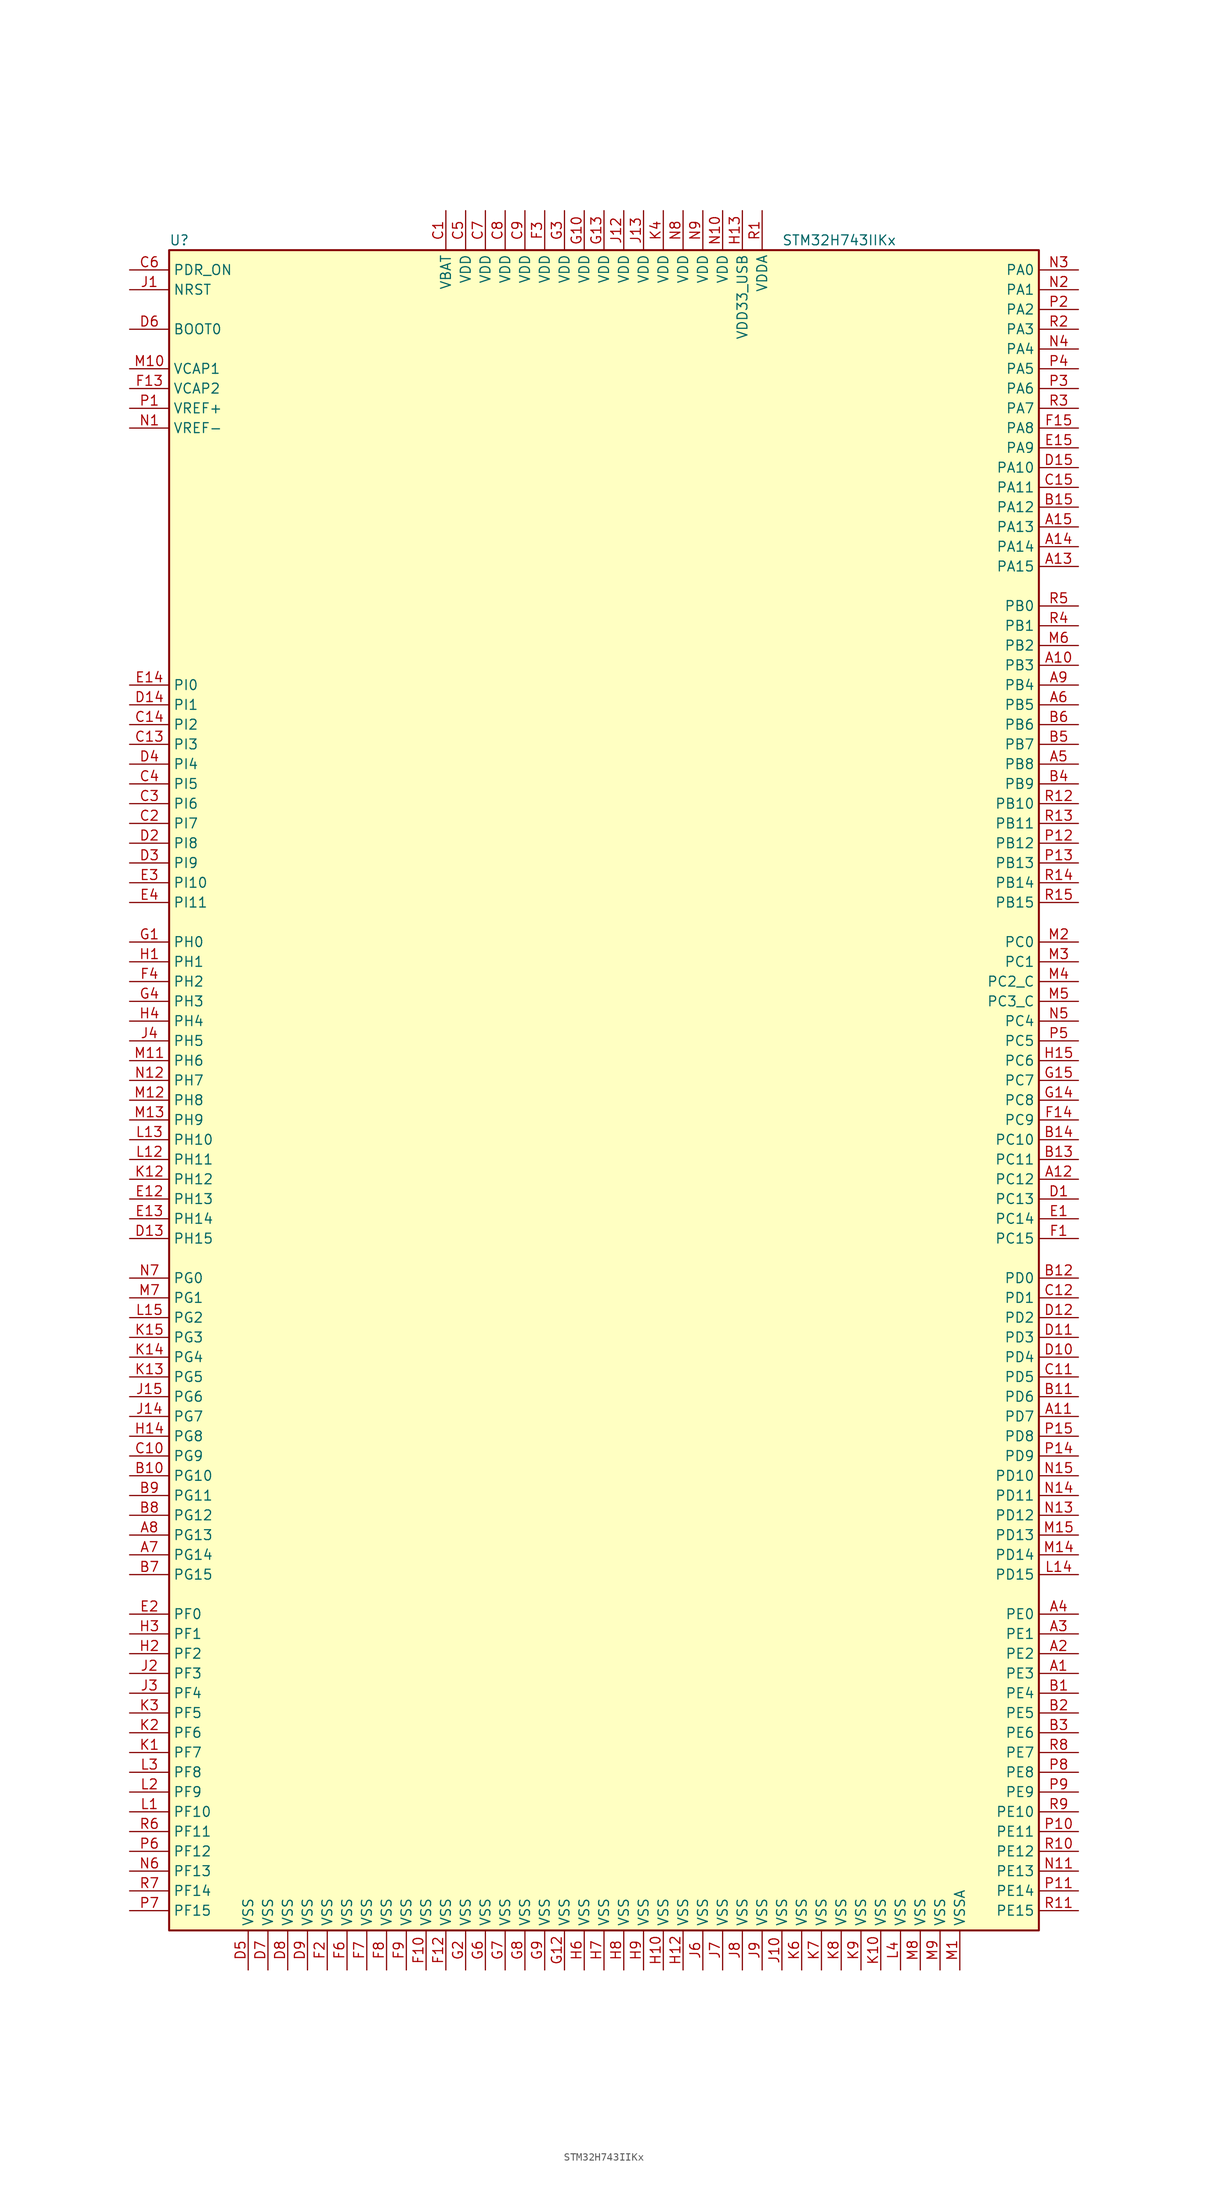
<source format=kicad_sym>
(kicad_symbol_lib
  (version 20211014)
  (generator kicad_symbol_editor)
  (symbol "STM32H743IIKx"
    (property "Reference" "U"
      (at -55.88 107.95 0)
      (effects (font (size 1.27 1.27)) (justify left)))
    (property "Value" "STM32H743IIKx"
      (at 22.86 107.95 0)
      (effects (font (size 1.27 1.27)) (justify left)))
    (symbol "STM32H743IIKx_0_1"
      (rectangle (start -55.88 -109.22) (end 55.88 106.68) (stroke (width 0.254) (type default) (color 0 0 0 0)) (fill (type background))))
    (symbol "STM32H743IIKx_1_1"
      (pin bidirectional line (at 60.96 -76.2 180) (length 5.08) (name "PE3" (effects (font (size 1.27 1.27)))) (number "A1" (effects (font (size 1.27 1.27)))))
      (pin bidirectional line (at 60.96 53.34 180) (length 5.08) (name "PB3" (effects (font (size 1.27 1.27)))) (number "A10" (effects (font (size 1.27 1.27)))))
      (pin bidirectional line (at 60.96 -43.18 180) (length 5.08) (name "PD7" (effects (font (size 1.27 1.27)))) (number "A11" (effects (font (size 1.27 1.27)))))
      (pin bidirectional line (at 60.96 -12.7 180) (length 5.08) (name "PC12" (effects (font (size 1.27 1.27)))) (number "A12" (effects (font (size 1.27 1.27)))))
      (pin bidirectional line (at 60.96 66.04 180) (length 5.08) (name "PA15" (effects (font (size 1.27 1.27)))) (number "A13" (effects (font (size 1.27 1.27)))))
      (pin bidirectional line (at 60.96 68.58 180) (length 5.08) (name "PA14" (effects (font (size 1.27 1.27)))) (number "A14" (effects (font (size 1.27 1.27)))))
      (pin bidirectional line (at 60.96 71.12 180) (length 5.08) (name "PA13" (effects (font (size 1.27 1.27)))) (number "A15" (effects (font (size 1.27 1.27)))))
      (pin bidirectional line (at 60.96 -73.66 180) (length 5.08) (name "PE2" (effects (font (size 1.27 1.27)))) (number "A2" (effects (font (size 1.27 1.27)))))
      (pin bidirectional line (at 60.96 -71.12 180) (length 5.08) (name "PE1" (effects (font (size 1.27 1.27)))) (number "A3" (effects (font (size 1.27 1.27)))))
      (pin bidirectional line (at 60.96 -68.58 180) (length 5.08) (name "PE0" (effects (font (size 1.27 1.27)))) (number "A4" (effects (font (size 1.27 1.27)))))
      (pin bidirectional line (at 60.96 40.64 180) (length 5.08) (name "PB8" (effects (font (size 1.27 1.27)))) (number "A5" (effects (font (size 1.27 1.27)))))
      (pin bidirectional line (at 60.96 48.26 180) (length 5.08) (name "PB5" (effects (font (size 1.27 1.27)))) (number "A6" (effects (font (size 1.27 1.27)))))
      (pin bidirectional line (at -60.96 -60.96 0) (length 5.08) (name "PG14" (effects (font (size 1.27 1.27)))) (number "A7" (effects (font (size 1.27 1.27)))))
      (pin bidirectional line (at -60.96 -58.42 0) (length 5.08) (name "PG13" (effects (font (size 1.27 1.27)))) (number "A8" (effects (font (size 1.27 1.27)))))
      (pin bidirectional line (at 60.96 50.8 180) (length 5.08) (name "PB4" (effects (font (size 1.27 1.27)))) (number "A9" (effects (font (size 1.27 1.27)))))
      (pin bidirectional line (at 60.96 -78.74 180) (length 5.08) (name "PE4" (effects (font (size 1.27 1.27)))) (number "B1" (effects (font (size 1.27 1.27)))))
      (pin bidirectional line (at -60.96 -50.8 0) (length 5.08) (name "PG10" (effects (font (size 1.27 1.27)))) (number "B10" (effects (font (size 1.27 1.27)))))
      (pin bidirectional line (at 60.96 -40.64 180) (length 5.08) (name "PD6" (effects (font (size 1.27 1.27)))) (number "B11" (effects (font (size 1.27 1.27)))))
      (pin bidirectional line (at 60.96 -25.4 180) (length 5.08) (name "PD0" (effects (font (size 1.27 1.27)))) (number "B12" (effects (font (size 1.27 1.27)))))
      (pin bidirectional line (at 60.96 -10.16 180) (length 5.08) (name "PC11" (effects (font (size 1.27 1.27)))) (number "B13" (effects (font (size 1.27 1.27)))))
      (pin bidirectional line (at 60.96 -7.62 180) (length 5.08) (name "PC10" (effects (font (size 1.27 1.27)))) (number "B14" (effects (font (size 1.27 1.27)))))
      (pin bidirectional line (at 60.96 73.66 180) (length 5.08) (name "PA12" (effects (font (size 1.27 1.27)))) (number "B15" (effects (font (size 1.27 1.27)))))
      (pin bidirectional line (at 60.96 -81.28 180) (length 5.08) (name "PE5" (effects (font (size 1.27 1.27)))) (number "B2" (effects (font (size 1.27 1.27)))))
      (pin bidirectional line (at 60.96 -83.82 180) (length 5.08) (name "PE6" (effects (font (size 1.27 1.27)))) (number "B3" (effects (font (size 1.27 1.27)))))
      (pin bidirectional line (at 60.96 38.1 180) (length 5.08) (name "PB9" (effects (font (size 1.27 1.27)))) (number "B4" (effects (font (size 1.27 1.27)))))
      (pin bidirectional line (at 60.96 43.18 180) (length 5.08) (name "PB7" (effects (font (size 1.27 1.27)))) (number "B5" (effects (font (size 1.27 1.27)))))
      (pin bidirectional line (at 60.96 45.72 180) (length 5.08) (name "PB6" (effects (font (size 1.27 1.27)))) (number "B6" (effects (font (size 1.27 1.27)))))
      (pin bidirectional line (at -60.96 -63.5 0) (length 5.08) (name "PG15" (effects (font (size 1.27 1.27)))) (number "B7" (effects (font (size 1.27 1.27)))))
      (pin bidirectional line (at -60.96 -55.88 0) (length 5.08) (name "PG12" (effects (font (size 1.27 1.27)))) (number "B8" (effects (font (size 1.27 1.27)))))
      (pin bidirectional line (at -60.96 -53.34 0) (length 5.08) (name "PG11" (effects (font (size 1.27 1.27)))) (number "B9" (effects (font (size 1.27 1.27)))))
      (pin power_in line (at -20.32 111.76 270) (length 5.08) (name "VBAT" (effects (font (size 1.27 1.27)))) (number "C1" (effects (font (size 1.27 1.27)))))
      (pin bidirectional line (at -60.96 -48.26 0) (length 5.08) (name "PG9" (effects (font (size 1.27 1.27)))) (number "C10" (effects (font (size 1.27 1.27)))))
      (pin bidirectional line (at 60.96 -38.1 180) (length 5.08) (name "PD5" (effects (font (size 1.27 1.27)))) (number "C11" (effects (font (size 1.27 1.27)))))
      (pin bidirectional line (at 60.96 -27.94 180) (length 5.08) (name "PD1" (effects (font (size 1.27 1.27)))) (number "C12" (effects (font (size 1.27 1.27)))))
      (pin bidirectional line (at -60.96 43.18 0) (length 5.08) (name "PI3" (effects (font (size 1.27 1.27)))) (number "C13" (effects (font (size 1.27 1.27)))))
      (pin bidirectional line (at -60.96 45.72 0) (length 5.08) (name "PI2" (effects (font (size 1.27 1.27)))) (number "C14" (effects (font (size 1.27 1.27)))))
      (pin bidirectional line (at 60.96 76.2 180) (length 5.08) (name "PA11" (effects (font (size 1.27 1.27)))) (number "C15" (effects (font (size 1.27 1.27)))))
      (pin bidirectional line (at -60.96 33.02 0) (length 5.08) (name "PI7" (effects (font (size 1.27 1.27)))) (number "C2" (effects (font (size 1.27 1.27)))))
      (pin bidirectional line (at -60.96 35.56 0) (length 5.08) (name "PI6" (effects (font (size 1.27 1.27)))) (number "C3" (effects (font (size 1.27 1.27)))))
      (pin bidirectional line (at -60.96 38.1 0) (length 5.08) (name "PI5" (effects (font (size 1.27 1.27)))) (number "C4" (effects (font (size 1.27 1.27)))))
      (pin power_in line (at -17.78 111.76 270) (length 5.08) (name "VDD" (effects (font (size 1.27 1.27)))) (number "C5" (effects (font (size 1.27 1.27)))))
      (pin input line (at -60.96 104.14 0) (length 5.08) (name "PDR_ON" (effects (font (size 1.27 1.27)))) (number "C6" (effects (font (size 1.27 1.27)))))
      (pin power_in line (at -15.24 111.76 270) (length 5.08) (name "VDD" (effects (font (size 1.27 1.27)))) (number "C7" (effects (font (size 1.27 1.27)))))
      (pin power_in line (at -12.7 111.76 270) (length 5.08) (name "VDD" (effects (font (size 1.27 1.27)))) (number "C8" (effects (font (size 1.27 1.27)))))
      (pin power_in line (at -10.16 111.76 270) (length 5.08) (name "VDD" (effects (font (size 1.27 1.27)))) (number "C9" (effects (font (size 1.27 1.27)))))
      (pin bidirectional line (at 60.96 -15.24 180) (length 5.08) (name "PC13" (effects (font (size 1.27 1.27)))) (number "D1" (effects (font (size 1.27 1.27)))))
      (pin bidirectional line (at 60.96 -35.56 180) (length 5.08) (name "PD4" (effects (font (size 1.27 1.27)))) (number "D10" (effects (font (size 1.27 1.27)))))
      (pin bidirectional line (at 60.96 -33.02 180) (length 5.08) (name "PD3" (effects (font (size 1.27 1.27)))) (number "D11" (effects (font (size 1.27 1.27)))))
      (pin bidirectional line (at 60.96 -30.48 180) (length 5.08) (name "PD2" (effects (font (size 1.27 1.27)))) (number "D12" (effects (font (size 1.27 1.27)))))
      (pin bidirectional line (at -60.96 -20.32 0) (length 5.08) (name "PH15" (effects (font (size 1.27 1.27)))) (number "D13" (effects (font (size 1.27 1.27)))))
      (pin bidirectional line (at -60.96 48.26 0) (length 5.08) (name "PI1" (effects (font (size 1.27 1.27)))) (number "D14" (effects (font (size 1.27 1.27)))))
      (pin bidirectional line (at 60.96 78.74 180) (length 5.08) (name "PA10" (effects (font (size 1.27 1.27)))) (number "D15" (effects (font (size 1.27 1.27)))))
      (pin bidirectional line (at -60.96 30.48 0) (length 5.08) (name "PI8" (effects (font (size 1.27 1.27)))) (number "D2" (effects (font (size 1.27 1.27)))))
      (pin bidirectional line (at -60.96 27.94 0) (length 5.08) (name "PI9" (effects (font (size 1.27 1.27)))) (number "D3" (effects (font (size 1.27 1.27)))))
      (pin bidirectional line (at -60.96 40.64 0) (length 5.08) (name "PI4" (effects (font (size 1.27 1.27)))) (number "D4" (effects (font (size 1.27 1.27)))))
      (pin power_in line (at -45.72 -114.3 90) (length 5.08) (name "VSS" (effects (font (size 1.27 1.27)))) (number "D5" (effects (font (size 1.27 1.27)))))
      (pin input line (at -60.96 96.52 0) (length 5.08) (name "BOOT0" (effects (font (size 1.27 1.27)))) (number "D6" (effects (font (size 1.27 1.27)))))
      (pin power_in line (at -43.18 -114.3 90) (length 5.08) (name "VSS" (effects (font (size 1.27 1.27)))) (number "D7" (effects (font (size 1.27 1.27)))))
      (pin power_in line (at -40.64 -114.3 90) (length 5.08) (name "VSS" (effects (font (size 1.27 1.27)))) (number "D8" (effects (font (size 1.27 1.27)))))
      (pin power_in line (at -38.1 -114.3 90) (length 5.08) (name "VSS" (effects (font (size 1.27 1.27)))) (number "D9" (effects (font (size 1.27 1.27)))))
      (pin bidirectional line (at 60.96 -17.78 180) (length 5.08) (name "PC14" (effects (font (size 1.27 1.27)))) (number "E1" (effects (font (size 1.27 1.27)))))
      (pin bidirectional line (at -60.96 -15.24 0) (length 5.08) (name "PH13" (effects (font (size 1.27 1.27)))) (number "E12" (effects (font (size 1.27 1.27)))))
      (pin bidirectional line (at -60.96 -17.78 0) (length 5.08) (name "PH14" (effects (font (size 1.27 1.27)))) (number "E13" (effects (font (size 1.27 1.27)))))
      (pin bidirectional line (at -60.96 50.8 0) (length 5.08) (name "PI0" (effects (font (size 1.27 1.27)))) (number "E14" (effects (font (size 1.27 1.27)))))
      (pin bidirectional line (at 60.96 81.28 180) (length 5.08) (name "PA9" (effects (font (size 1.27 1.27)))) (number "E15" (effects (font (size 1.27 1.27)))))
      (pin bidirectional line (at -60.96 -68.58 0) (length 5.08) (name "PF0" (effects (font (size 1.27 1.27)))) (number "E2" (effects (font (size 1.27 1.27)))))
      (pin bidirectional line (at -60.96 25.4 0) (length 5.08) (name "PI10" (effects (font (size 1.27 1.27)))) (number "E3" (effects (font (size 1.27 1.27)))))
      (pin bidirectional line (at -60.96 22.86 0) (length 5.08) (name "PI11" (effects (font (size 1.27 1.27)))) (number "E4" (effects (font (size 1.27 1.27)))))
      (pin bidirectional line (at 60.96 -20.32 180) (length 5.08) (name "PC15" (effects (font (size 1.27 1.27)))) (number "F1" (effects (font (size 1.27 1.27)))))
      (pin power_in line (at -22.86 -114.3 90) (length 5.08) (name "VSS" (effects (font (size 1.27 1.27)))) (number "F10" (effects (font (size 1.27 1.27)))))
      (pin power_in line (at -20.32 -114.3 90) (length 5.08) (name "VSS" (effects (font (size 1.27 1.27)))) (number "F12" (effects (font (size 1.27 1.27)))))
      (pin power_in line (at -60.96 88.9 0) (length 5.08) (name "VCAP2" (effects (font (size 1.27 1.27)))) (number "F13" (effects (font (size 1.27 1.27)))))
      (pin bidirectional line (at 60.96 -5.08 180) (length 5.08) (name "PC9" (effects (font (size 1.27 1.27)))) (number "F14" (effects (font (size 1.27 1.27)))))
      (pin bidirectional line (at 60.96 83.82 180) (length 5.08) (name "PA8" (effects (font (size 1.27 1.27)))) (number "F15" (effects (font (size 1.27 1.27)))))
      (pin power_in line (at -35.56 -114.3 90) (length 5.08) (name "VSS" (effects (font (size 1.27 1.27)))) (number "F2" (effects (font (size 1.27 1.27)))))
      (pin power_in line (at -7.62 111.76 270) (length 5.08) (name "VDD" (effects (font (size 1.27 1.27)))) (number "F3" (effects (font (size 1.27 1.27)))))
      (pin bidirectional line (at -60.96 12.7 0) (length 5.08) (name "PH2" (effects (font (size 1.27 1.27)))) (number "F4" (effects (font (size 1.27 1.27)))))
      (pin power_in line (at -33.02 -114.3 90) (length 5.08) (name "VSS" (effects (font (size 1.27 1.27)))) (number "F6" (effects (font (size 1.27 1.27)))))
      (pin power_in line (at -30.48 -114.3 90) (length 5.08) (name "VSS" (effects (font (size 1.27 1.27)))) (number "F7" (effects (font (size 1.27 1.27)))))
      (pin power_in line (at -27.94 -114.3 90) (length 5.08) (name "VSS" (effects (font (size 1.27 1.27)))) (number "F8" (effects (font (size 1.27 1.27)))))
      (pin power_in line (at -25.4 -114.3 90) (length 5.08) (name "VSS" (effects (font (size 1.27 1.27)))) (number "F9" (effects (font (size 1.27 1.27)))))
      (pin input line (at -60.96 17.78 0) (length 5.08) (name "PH0" (effects (font (size 1.27 1.27)))) (number "G1" (effects (font (size 1.27 1.27)))))
      (pin power_in line (at -2.54 111.76 270) (length 5.08) (name "VDD" (effects (font (size 1.27 1.27)))) (number "G10" (effects (font (size 1.27 1.27)))))
      (pin power_in line (at -5.08 -114.3 90) (length 5.08) (name "VSS" (effects (font (size 1.27 1.27)))) (number "G12" (effects (font (size 1.27 1.27)))))
      (pin power_in line (at 0 111.76 270) (length 5.08) (name "VDD" (effects (font (size 1.27 1.27)))) (number "G13" (effects (font (size 1.27 1.27)))))
      (pin bidirectional line (at 60.96 -2.54 180) (length 5.08) (name "PC8" (effects (font (size 1.27 1.27)))) (number "G14" (effects (font (size 1.27 1.27)))))
      (pin bidirectional line (at 60.96 0 180) (length 5.08) (name "PC7" (effects (font (size 1.27 1.27)))) (number "G15" (effects (font (size 1.27 1.27)))))
      (pin power_in line (at -17.78 -114.3 90) (length 5.08) (name "VSS" (effects (font (size 1.27 1.27)))) (number "G2" (effects (font (size 1.27 1.27)))))
      (pin power_in line (at -5.08 111.76 270) (length 5.08) (name "VDD" (effects (font (size 1.27 1.27)))) (number "G3" (effects (font (size 1.27 1.27)))))
      (pin bidirectional line (at -60.96 10.16 0) (length 5.08) (name "PH3" (effects (font (size 1.27 1.27)))) (number "G4" (effects (font (size 1.27 1.27)))))
      (pin power_in line (at -15.24 -114.3 90) (length 5.08) (name "VSS" (effects (font (size 1.27 1.27)))) (number "G6" (effects (font (size 1.27 1.27)))))
      (pin power_in line (at -12.7 -114.3 90) (length 5.08) (name "VSS" (effects (font (size 1.27 1.27)))) (number "G7" (effects (font (size 1.27 1.27)))))
      (pin power_in line (at -10.16 -114.3 90) (length 5.08) (name "VSS" (effects (font (size 1.27 1.27)))) (number "G8" (effects (font (size 1.27 1.27)))))
      (pin power_in line (at -7.62 -114.3 90) (length 5.08) (name "VSS" (effects (font (size 1.27 1.27)))) (number "G9" (effects (font (size 1.27 1.27)))))
      (pin input line (at -60.96 15.24 0) (length 5.08) (name "PH1" (effects (font (size 1.27 1.27)))) (number "H1" (effects (font (size 1.27 1.27)))))
      (pin power_in line (at 7.62 -114.3 90) (length 5.08) (name "VSS" (effects (font (size 1.27 1.27)))) (number "H10" (effects (font (size 1.27 1.27)))))
      (pin power_in line (at 10.16 -114.3 90) (length 5.08) (name "VSS" (effects (font (size 1.27 1.27)))) (number "H12" (effects (font (size 1.27 1.27)))))
      (pin power_in line (at 17.78 111.76 270) (length 5.08) (name "VDD33_USB" (effects (font (size 1.27 1.27)))) (number "H13" (effects (font (size 1.27 1.27)))))
      (pin bidirectional line (at -60.96 -45.72 0) (length 5.08) (name "PG8" (effects (font (size 1.27 1.27)))) (number "H14" (effects (font (size 1.27 1.27)))))
      (pin bidirectional line (at 60.96 2.54 180) (length 5.08) (name "PC6" (effects (font (size 1.27 1.27)))) (number "H15" (effects (font (size 1.27 1.27)))))
      (pin bidirectional line (at -60.96 -73.66 0) (length 5.08) (name "PF2" (effects (font (size 1.27 1.27)))) (number "H2" (effects (font (size 1.27 1.27)))))
      (pin bidirectional line (at -60.96 -71.12 0) (length 5.08) (name "PF1" (effects (font (size 1.27 1.27)))) (number "H3" (effects (font (size 1.27 1.27)))))
      (pin bidirectional line (at -60.96 7.62 0) (length 5.08) (name "PH4" (effects (font (size 1.27 1.27)))) (number "H4" (effects (font (size 1.27 1.27)))))
      (pin power_in line (at -2.54 -114.3 90) (length 5.08) (name "VSS" (effects (font (size 1.27 1.27)))) (number "H6" (effects (font (size 1.27 1.27)))))
      (pin power_in line (at 0 -114.3 90) (length 5.08) (name "VSS" (effects (font (size 1.27 1.27)))) (number "H7" (effects (font (size 1.27 1.27)))))
      (pin power_in line (at 2.54 -114.3 90) (length 5.08) (name "VSS" (effects (font (size 1.27 1.27)))) (number "H8" (effects (font (size 1.27 1.27)))))
      (pin power_in line (at 5.08 -114.3 90) (length 5.08) (name "VSS" (effects (font (size 1.27 1.27)))) (number "H9" (effects (font (size 1.27 1.27)))))
      (pin input line (at -60.96 101.6 0) (length 5.08) (name "NRST" (effects (font (size 1.27 1.27)))) (number "J1" (effects (font (size 1.27 1.27)))))
      (pin power_in line (at 22.86 -114.3 90) (length 5.08) (name "VSS" (effects (font (size 1.27 1.27)))) (number "J10" (effects (font (size 1.27 1.27)))))
      (pin power_in line (at 2.54 111.76 270) (length 5.08) (name "VDD" (effects (font (size 1.27 1.27)))) (number "J12" (effects (font (size 1.27 1.27)))))
      (pin power_in line (at 5.08 111.76 270) (length 5.08) (name "VDD" (effects (font (size 1.27 1.27)))) (number "J13" (effects (font (size 1.27 1.27)))))
      (pin bidirectional line (at -60.96 -43.18 0) (length 5.08) (name "PG7" (effects (font (size 1.27 1.27)))) (number "J14" (effects (font (size 1.27 1.27)))))
      (pin bidirectional line (at -60.96 -40.64 0) (length 5.08) (name "PG6" (effects (font (size 1.27 1.27)))) (number "J15" (effects (font (size 1.27 1.27)))))
      (pin bidirectional line (at -60.96 -76.2 0) (length 5.08) (name "PF3" (effects (font (size 1.27 1.27)))) (number "J2" (effects (font (size 1.27 1.27)))))
      (pin bidirectional line (at -60.96 -78.74 0) (length 5.08) (name "PF4" (effects (font (size 1.27 1.27)))) (number "J3" (effects (font (size 1.27 1.27)))))
      (pin bidirectional line (at -60.96 5.08 0) (length 5.08) (name "PH5" (effects (font (size 1.27 1.27)))) (number "J4" (effects (font (size 1.27 1.27)))))
      (pin power_in line (at 12.7 -114.3 90) (length 5.08) (name "VSS" (effects (font (size 1.27 1.27)))) (number "J6" (effects (font (size 1.27 1.27)))))
      (pin power_in line (at 15.24 -114.3 90) (length 5.08) (name "VSS" (effects (font (size 1.27 1.27)))) (number "J7" (effects (font (size 1.27 1.27)))))
      (pin power_in line (at 17.78 -114.3 90) (length 5.08) (name "VSS" (effects (font (size 1.27 1.27)))) (number "J8" (effects (font (size 1.27 1.27)))))
      (pin power_in line (at 20.32 -114.3 90) (length 5.08) (name "VSS" (effects (font (size 1.27 1.27)))) (number "J9" (effects (font (size 1.27 1.27)))))
      (pin bidirectional line (at -60.96 -86.36 0) (length 5.08) (name "PF7" (effects (font (size 1.27 1.27)))) (number "K1" (effects (font (size 1.27 1.27)))))
      (pin power_in line (at 35.56 -114.3 90) (length 5.08) (name "VSS" (effects (font (size 1.27 1.27)))) (number "K10" (effects (font (size 1.27 1.27)))))
      (pin bidirectional line (at -60.96 -12.7 0) (length 5.08) (name "PH12" (effects (font (size 1.27 1.27)))) (number "K12" (effects (font (size 1.27 1.27)))))
      (pin bidirectional line (at -60.96 -38.1 0) (length 5.08) (name "PG5" (effects (font (size 1.27 1.27)))) (number "K13" (effects (font (size 1.27 1.27)))))
      (pin bidirectional line (at -60.96 -35.56 0) (length 5.08) (name "PG4" (effects (font (size 1.27 1.27)))) (number "K14" (effects (font (size 1.27 1.27)))))
      (pin bidirectional line (at -60.96 -33.02 0) (length 5.08) (name "PG3" (effects (font (size 1.27 1.27)))) (number "K15" (effects (font (size 1.27 1.27)))))
      (pin bidirectional line (at -60.96 -83.82 0) (length 5.08) (name "PF6" (effects (font (size 1.27 1.27)))) (number "K2" (effects (font (size 1.27 1.27)))))
      (pin bidirectional line (at -60.96 -81.28 0) (length 5.08) (name "PF5" (effects (font (size 1.27 1.27)))) (number "K3" (effects (font (size 1.27 1.27)))))
      (pin power_in line (at 7.62 111.76 270) (length 5.08) (name "VDD" (effects (font (size 1.27 1.27)))) (number "K4" (effects (font (size 1.27 1.27)))))
      (pin power_in line (at 25.4 -114.3 90) (length 5.08) (name "VSS" (effects (font (size 1.27 1.27)))) (number "K6" (effects (font (size 1.27 1.27)))))
      (pin power_in line (at 27.94 -114.3 90) (length 5.08) (name "VSS" (effects (font (size 1.27 1.27)))) (number "K7" (effects (font (size 1.27 1.27)))))
      (pin power_in line (at 30.48 -114.3 90) (length 5.08) (name "VSS" (effects (font (size 1.27 1.27)))) (number "K8" (effects (font (size 1.27 1.27)))))
      (pin power_in line (at 33.02 -114.3 90) (length 5.08) (name "VSS" (effects (font (size 1.27 1.27)))) (number "K9" (effects (font (size 1.27 1.27)))))
      (pin bidirectional line (at -60.96 -93.98 0) (length 5.08) (name "PF10" (effects (font (size 1.27 1.27)))) (number "L1" (effects (font (size 1.27 1.27)))))
      (pin bidirectional line (at -60.96 -10.16 0) (length 5.08) (name "PH11" (effects (font (size 1.27 1.27)))) (number "L12" (effects (font (size 1.27 1.27)))))
      (pin bidirectional line (at -60.96 -7.62 0) (length 5.08) (name "PH10" (effects (font (size 1.27 1.27)))) (number "L13" (effects (font (size 1.27 1.27)))))
      (pin bidirectional line (at 60.96 -63.5 180) (length 5.08) (name "PD15" (effects (font (size 1.27 1.27)))) (number "L14" (effects (font (size 1.27 1.27)))))
      (pin bidirectional line (at -60.96 -30.48 0) (length 5.08) (name "PG2" (effects (font (size 1.27 1.27)))) (number "L15" (effects (font (size 1.27 1.27)))))
      (pin bidirectional line (at -60.96 -91.44 0) (length 5.08) (name "PF9" (effects (font (size 1.27 1.27)))) (number "L2" (effects (font (size 1.27 1.27)))))
      (pin bidirectional line (at -60.96 -88.9 0) (length 5.08) (name "PF8" (effects (font (size 1.27 1.27)))) (number "L3" (effects (font (size 1.27 1.27)))))
      (pin power_in line (at 38.1 -114.3 90) (length 5.08) (name "VSS" (effects (font (size 1.27 1.27)))) (number "L4" (effects (font (size 1.27 1.27)))))
      (pin power_in line (at 45.72 -114.3 90) (length 5.08) (name "VSSA" (effects (font (size 1.27 1.27)))) (number "M1" (effects (font (size 1.27 1.27)))))
      (pin power_in line (at -60.96 91.44 0) (length 5.08) (name "VCAP1" (effects (font (size 1.27 1.27)))) (number "M10" (effects (font (size 1.27 1.27)))))
      (pin bidirectional line (at -60.96 2.54 0) (length 5.08) (name "PH6" (effects (font (size 1.27 1.27)))) (number "M11" (effects (font (size 1.27 1.27)))))
      (pin bidirectional line (at -60.96 -2.54 0) (length 5.08) (name "PH8" (effects (font (size 1.27 1.27)))) (number "M12" (effects (font (size 1.27 1.27)))))
      (pin bidirectional line (at -60.96 -5.08 0) (length 5.08) (name "PH9" (effects (font (size 1.27 1.27)))) (number "M13" (effects (font (size 1.27 1.27)))))
      (pin bidirectional line (at 60.96 -60.96 180) (length 5.08) (name "PD14" (effects (font (size 1.27 1.27)))) (number "M14" (effects (font (size 1.27 1.27)))))
      (pin bidirectional line (at 60.96 -58.42 180) (length 5.08) (name "PD13" (effects (font (size 1.27 1.27)))) (number "M15" (effects (font (size 1.27 1.27)))))
      (pin bidirectional line (at 60.96 17.78 180) (length 5.08) (name "PC0" (effects (font (size 1.27 1.27)))) (number "M2" (effects (font (size 1.27 1.27)))))
      (pin bidirectional line (at 60.96 15.24 180) (length 5.08) (name "PC1" (effects (font (size 1.27 1.27)))) (number "M3" (effects (font (size 1.27 1.27)))))
      (pin bidirectional line (at 60.96 12.7 180) (length 5.08) (name "PC2_C" (effects (font (size 1.27 1.27)))) (number "M4" (effects (font (size 1.27 1.27)))))
      (pin bidirectional line (at 60.96 10.16 180) (length 5.08) (name "PC3_C" (effects (font (size 1.27 1.27)))) (number "M5" (effects (font (size 1.27 1.27)))))
      (pin bidirectional line (at 60.96 55.88 180) (length 5.08) (name "PB2" (effects (font (size 1.27 1.27)))) (number "M6" (effects (font (size 1.27 1.27)))))
      (pin bidirectional line (at -60.96 -27.94 0) (length 5.08) (name "PG1" (effects (font (size 1.27 1.27)))) (number "M7" (effects (font (size 1.27 1.27)))))
      (pin power_in line (at 40.64 -114.3 90) (length 5.08) (name "VSS" (effects (font (size 1.27 1.27)))) (number "M8" (effects (font (size 1.27 1.27)))))
      (pin power_in line (at 43.18 -114.3 90) (length 5.08) (name "VSS" (effects (font (size 1.27 1.27)))) (number "M9" (effects (font (size 1.27 1.27)))))
      (pin power_in line (at -60.96 83.82 0) (length 5.08) (name "VREF-" (effects (font (size 1.27 1.27)))) (number "N1" (effects (font (size 1.27 1.27)))))
      (pin power_in line (at 15.24 111.76 270) (length 5.08) (name "VDD" (effects (font (size 1.27 1.27)))) (number "N10" (effects (font (size 1.27 1.27)))))
      (pin bidirectional line (at 60.96 -101.6 180) (length 5.08) (name "PE13" (effects (font (size 1.27 1.27)))) (number "N11" (effects (font (size 1.27 1.27)))))
      (pin bidirectional line (at -60.96 0 0) (length 5.08) (name "PH7" (effects (font (size 1.27 1.27)))) (number "N12" (effects (font (size 1.27 1.27)))))
      (pin bidirectional line (at 60.96 -55.88 180) (length 5.08) (name "PD12" (effects (font (size 1.27 1.27)))) (number "N13" (effects (font (size 1.27 1.27)))))
      (pin bidirectional line (at 60.96 -53.34 180) (length 5.08) (name "PD11" (effects (font (size 1.27 1.27)))) (number "N14" (effects (font (size 1.27 1.27)))))
      (pin bidirectional line (at 60.96 -50.8 180) (length 5.08) (name "PD10" (effects (font (size 1.27 1.27)))) (number "N15" (effects (font (size 1.27 1.27)))))
      (pin bidirectional line (at 60.96 101.6 180) (length 5.08) (name "PA1" (effects (font (size 1.27 1.27)))) (number "N2" (effects (font (size 1.27 1.27)))))
      (pin bidirectional line (at 60.96 104.14 180) (length 5.08) (name "PA0" (effects (font (size 1.27 1.27)))) (number "N3" (effects (font (size 1.27 1.27)))))
      (pin bidirectional line (at 60.96 93.98 180) (length 5.08) (name "PA4" (effects (font (size 1.27 1.27)))) (number "N4" (effects (font (size 1.27 1.27)))))
      (pin bidirectional line (at 60.96 7.62 180) (length 5.08) (name "PC4" (effects (font (size 1.27 1.27)))) (number "N5" (effects (font (size 1.27 1.27)))))
      (pin bidirectional line (at -60.96 -101.6 0) (length 5.08) (name "PF13" (effects (font (size 1.27 1.27)))) (number "N6" (effects (font (size 1.27 1.27)))))
      (pin bidirectional line (at -60.96 -25.4 0) (length 5.08) (name "PG0" (effects (font (size 1.27 1.27)))) (number "N7" (effects (font (size 1.27 1.27)))))
      (pin power_in line (at 10.16 111.76 270) (length 5.08) (name "VDD" (effects (font (size 1.27 1.27)))) (number "N8" (effects (font (size 1.27 1.27)))))
      (pin power_in line (at 12.7 111.76 270) (length 5.08) (name "VDD" (effects (font (size 1.27 1.27)))) (number "N9" (effects (font (size 1.27 1.27)))))
      (pin bidirectional line (at -60.96 86.36 0) (length 5.08) (name "VREF+" (effects (font (size 1.27 1.27)))) (number "P1" (effects (font (size 1.27 1.27)))))
      (pin bidirectional line (at 60.96 -96.52 180) (length 5.08) (name "PE11" (effects (font (size 1.27 1.27)))) (number "P10" (effects (font (size 1.27 1.27)))))
      (pin bidirectional line (at 60.96 -104.14 180) (length 5.08) (name "PE14" (effects (font (size 1.27 1.27)))) (number "P11" (effects (font (size 1.27 1.27)))))
      (pin bidirectional line (at 60.96 30.48 180) (length 5.08) (name "PB12" (effects (font (size 1.27 1.27)))) (number "P12" (effects (font (size 1.27 1.27)))))
      (pin bidirectional line (at 60.96 27.94 180) (length 5.08) (name "PB13" (effects (font (size 1.27 1.27)))) (number "P13" (effects (font (size 1.27 1.27)))))
      (pin bidirectional line (at 60.96 -48.26 180) (length 5.08) (name "PD9" (effects (font (size 1.27 1.27)))) (number "P14" (effects (font (size 1.27 1.27)))))
      (pin bidirectional line (at 60.96 -45.72 180) (length 5.08) (name "PD8" (effects (font (size 1.27 1.27)))) (number "P15" (effects (font (size 1.27 1.27)))))
      (pin bidirectional line (at 60.96 99.06 180) (length 5.08) (name "PA2" (effects (font (size 1.27 1.27)))) (number "P2" (effects (font (size 1.27 1.27)))))
      (pin bidirectional line (at 60.96 88.9 180) (length 5.08) (name "PA6" (effects (font (size 1.27 1.27)))) (number "P3" (effects (font (size 1.27 1.27)))))
      (pin bidirectional line (at 60.96 91.44 180) (length 5.08) (name "PA5" (effects (font (size 1.27 1.27)))) (number "P4" (effects (font (size 1.27 1.27)))))
      (pin bidirectional line (at 60.96 5.08 180) (length 5.08) (name "PC5" (effects (font (size 1.27 1.27)))) (number "P5" (effects (font (size 1.27 1.27)))))
      (pin bidirectional line (at -60.96 -99.06 0) (length 5.08) (name "PF12" (effects (font (size 1.27 1.27)))) (number "P6" (effects (font (size 1.27 1.27)))))
      (pin bidirectional line (at -60.96 -106.68 0) (length 5.08) (name "PF15" (effects (font (size 1.27 1.27)))) (number "P7" (effects (font (size 1.27 1.27)))))
      (pin bidirectional line (at 60.96 -88.9 180) (length 5.08) (name "PE8" (effects (font (size 1.27 1.27)))) (number "P8" (effects (font (size 1.27 1.27)))))
      (pin bidirectional line (at 60.96 -91.44 180) (length 5.08) (name "PE9" (effects (font (size 1.27 1.27)))) (number "P9" (effects (font (size 1.27 1.27)))))
      (pin power_in line (at 20.32 111.76 270) (length 5.08) (name "VDDA" (effects (font (size 1.27 1.27)))) (number "R1" (effects (font (size 1.27 1.27)))))
      (pin bidirectional line (at 60.96 -99.06 180) (length 5.08) (name "PE12" (effects (font (size 1.27 1.27)))) (number "R10" (effects (font (size 1.27 1.27)))))
      (pin bidirectional line (at 60.96 -106.68 180) (length 5.08) (name "PE15" (effects (font (size 1.27 1.27)))) (number "R11" (effects (font (size 1.27 1.27)))))
      (pin bidirectional line (at 60.96 35.56 180) (length 5.08) (name "PB10" (effects (font (size 1.27 1.27)))) (number "R12" (effects (font (size 1.27 1.27)))))
      (pin bidirectional line (at 60.96 33.02 180) (length 5.08) (name "PB11" (effects (font (size 1.27 1.27)))) (number "R13" (effects (font (size 1.27 1.27)))))
      (pin bidirectional line (at 60.96 25.4 180) (length 5.08) (name "PB14" (effects (font (size 1.27 1.27)))) (number "R14" (effects (font (size 1.27 1.27)))))
      (pin bidirectional line (at 60.96 22.86 180) (length 5.08) (name "PB15" (effects (font (size 1.27 1.27)))) (number "R15" (effects (font (size 1.27 1.27)))))
      (pin bidirectional line (at 60.96 96.52 180) (length 5.08) (name "PA3" (effects (font (size 1.27 1.27)))) (number "R2" (effects (font (size 1.27 1.27)))))
      (pin bidirectional line (at 60.96 86.36 180) (length 5.08) (name "PA7" (effects (font (size 1.27 1.27)))) (number "R3" (effects (font (size 1.27 1.27)))))
      (pin bidirectional line (at 60.96 58.42 180) (length 5.08) (name "PB1" (effects (font (size 1.27 1.27)))) (number "R4" (effects (font (size 1.27 1.27)))))
      (pin bidirectional line (at 60.96 60.96 180) (length 5.08) (name "PB0" (effects (font (size 1.27 1.27)))) (number "R5" (effects (font (size 1.27 1.27)))))
      (pin bidirectional line (at -60.96 -96.52 0) (length 5.08) (name "PF11" (effects (font (size 1.27 1.27)))) (number "R6" (effects (font (size 1.27 1.27)))))
      (pin bidirectional line (at -60.96 -104.14 0) (length 5.08) (name "PF14" (effects (font (size 1.27 1.27)))) (number "R7" (effects (font (size 1.27 1.27)))))
      (pin bidirectional line (at 60.96 -86.36 180) (length 5.08) (name "PE7" (effects (font (size 1.27 1.27)))) (number "R8" (effects (font (size 1.27 1.27)))))
      (pin bidirectional line (at 60.96 -93.98 180) (length 5.08) (name "PE10" (effects (font (size 1.27 1.27)))) (number "R9" (effects (font (size 1.27 1.27))))))))
</source>
